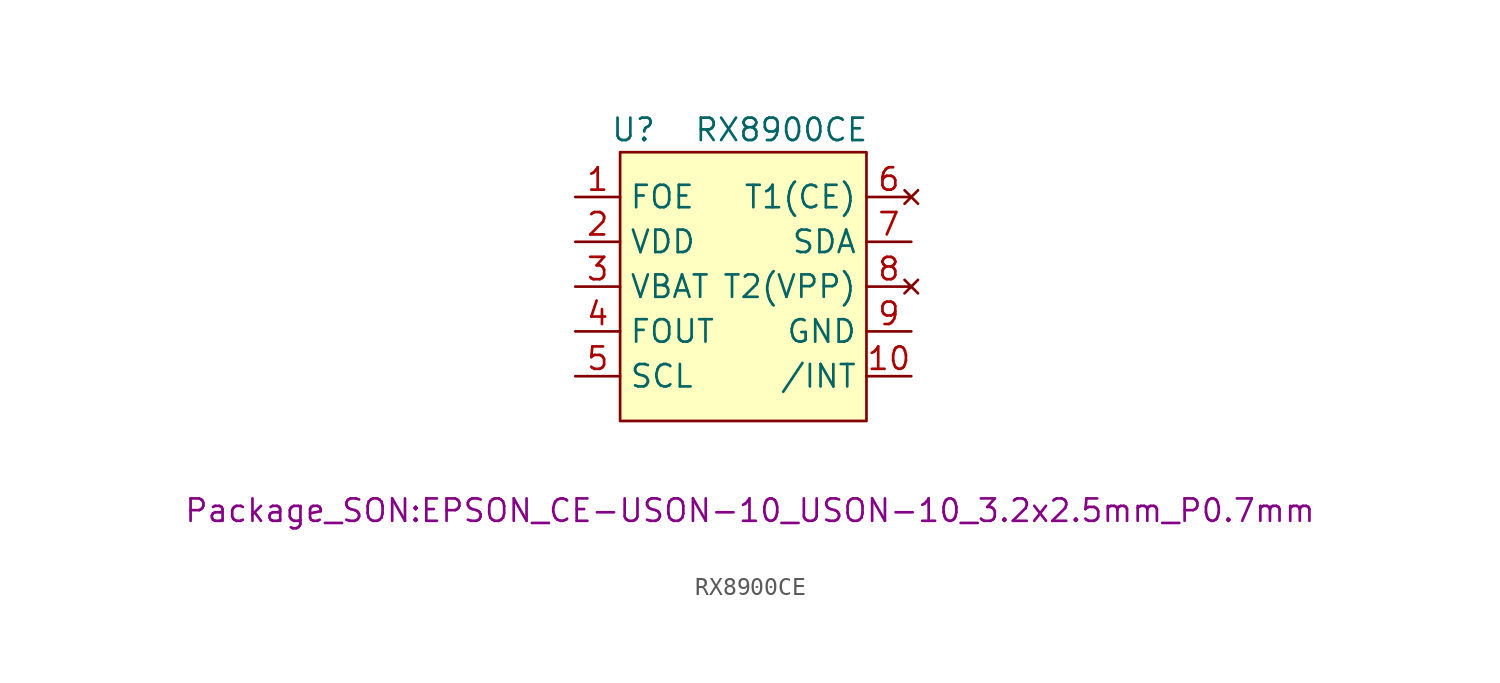
<source format=kicad_sym>
(kicad_symbol_lib
  (version 20231120)
  (generator "kicad_symbol_editor")
  (generator_version "8.0")
  (symbol "RX8900CE"
    (property "Reference" "U"
      (at -6.858 8.89 0)
      (effects (font (size 1.27 1.27))))
    (property "Value" "RX8900CE"
      (at 1.524 8.89 0)
      (effects (font (size 1.27 1.27))))
    (property "Footprint" "Package_SON:EPSON_CE-USON-10_USON-10_3.2x2.5mm_P0.7mm"
      (at -0.254 -12.7 0)
      (effects (font (size 1.27 1.27))))
    (symbol "RX8900CE_1_1"
      (rectangle (start -7.62 7.62) (end 6.35 -7.62) (stroke (width 0) (type default)) (fill (type background)))
      (pin input line (at -10.16 5.08 0) (length 2.54) (name "FOE" (effects (font (size 1.27 1.27)))) (number "1" (effects (font (size 1.27 1.27)))))
      (pin open_collector line (at 8.89 -5.08 180) (length 2.54) (name "/INT" (effects (font (size 1.27 1.27)))) (number "10" (effects (font (size 1.27 1.27)))))
      (pin power_in line (at -10.16 2.54 0) (length 2.54) (name "VDD" (effects (font (size 1.27 1.27)))) (number "2" (effects (font (size 1.27 1.27)))))
      (pin power_in line (at -10.16 0 0) (length 2.54) (name "VBAT" (effects (font (size 1.27 1.27)))) (number "3" (effects (font (size 1.27 1.27)))))
      (pin output line (at -10.16 -2.54 0) (length 2.54) (name "FOUT" (effects (font (size 1.27 1.27)))) (number "4" (effects (font (size 1.27 1.27)))))
      (pin input line (at -10.16 -5.08 0) (length 2.54) (name "SCL" (effects (font (size 1.27 1.27)))) (number "5" (effects (font (size 1.27 1.27)))))
      (pin no_connect line (at 8.89 5.08 180) (length 2.54) (name "T1(CE)" (effects (font (size 1.27 1.27)))) (number "6" (effects (font (size 1.27 1.27)))))
      (pin bidirectional line (at 8.89 2.54 180) (length 2.54) (name "SDA" (effects (font (size 1.27 1.27)))) (number "7" (effects (font (size 1.27 1.27)))))
      (pin no_connect line (at 8.89 0 180) (length 2.54) (name "T2(VPP)" (effects (font (size 1.27 1.27)))) (number "8" (effects (font (size 1.27 1.27)))))
      (pin power_in line (at 8.89 -2.54 180) (length 2.54) (name "GND" (effects (font (size 1.27 1.27)))) (number "9" (effects (font (size 1.27 1.27))))))))
</source>
